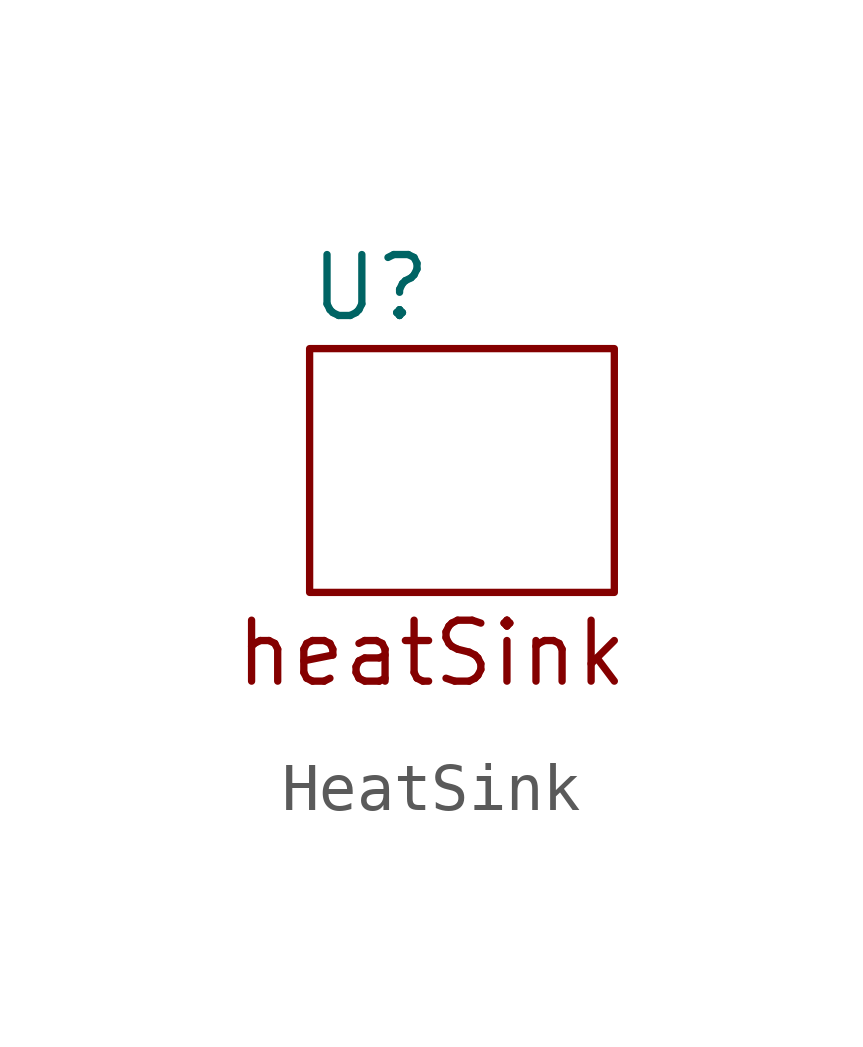
<source format=kicad_sym>
(kicad_symbol_lib
  (version 20231120)
  (generator "kicad_symbol_editor")
  (generator_version "8.0")
  (symbol "HeatSink"
    (property "Reference" "U"
      (at 0 2.54 0)
      (effects (font (size 1.27 1.27))))
    (property "Value" ""
      (at 0 0 0)
      (effects (font (size 1.27 1.27))))
    (symbol "HeatSink_0_1"
      (polyline (pts (xy -1.27 1.27) (xy -1.27 -3.81) (xy 5.08 -3.81) (xy 5.08 1.27) (xy -1.27 1.27)) (stroke (width 0) (type default)) (fill (type none))))
    (symbol "HeatSink_1_1"
      (text "heatSink\n" (at 1.27 -5.08 0) (effects (font (size 1.27 1.27)))))))
</source>
